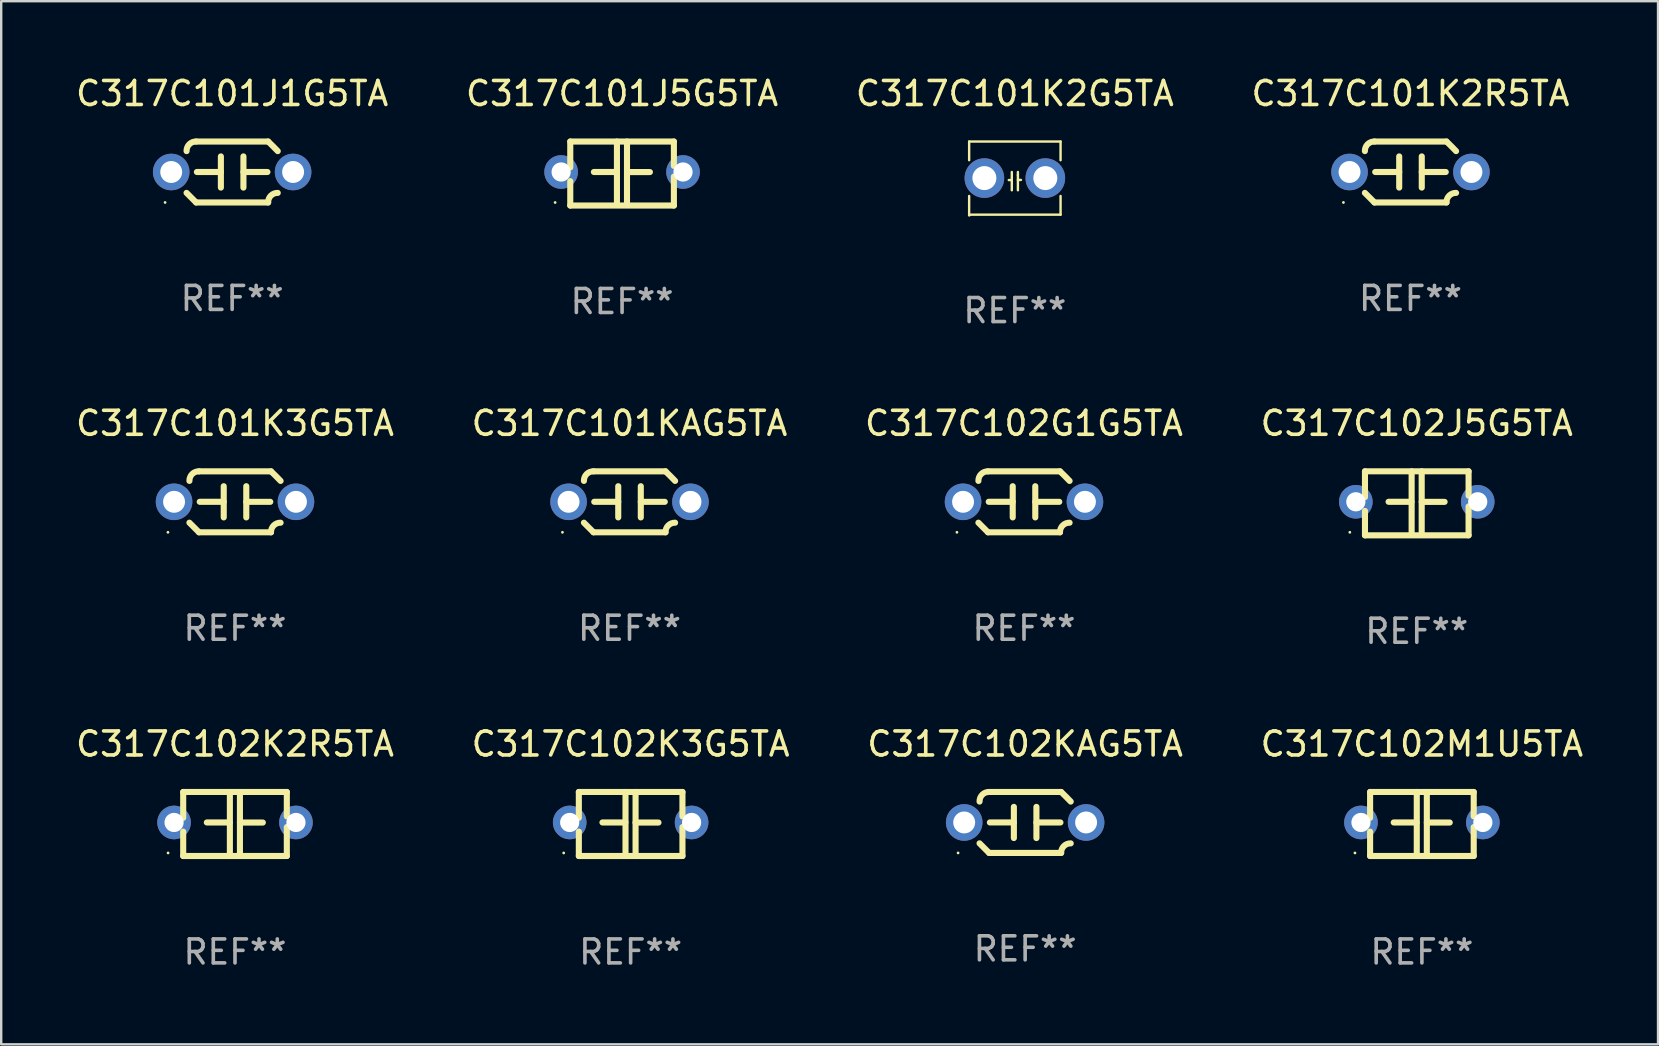
<source format=kicad_pcb>
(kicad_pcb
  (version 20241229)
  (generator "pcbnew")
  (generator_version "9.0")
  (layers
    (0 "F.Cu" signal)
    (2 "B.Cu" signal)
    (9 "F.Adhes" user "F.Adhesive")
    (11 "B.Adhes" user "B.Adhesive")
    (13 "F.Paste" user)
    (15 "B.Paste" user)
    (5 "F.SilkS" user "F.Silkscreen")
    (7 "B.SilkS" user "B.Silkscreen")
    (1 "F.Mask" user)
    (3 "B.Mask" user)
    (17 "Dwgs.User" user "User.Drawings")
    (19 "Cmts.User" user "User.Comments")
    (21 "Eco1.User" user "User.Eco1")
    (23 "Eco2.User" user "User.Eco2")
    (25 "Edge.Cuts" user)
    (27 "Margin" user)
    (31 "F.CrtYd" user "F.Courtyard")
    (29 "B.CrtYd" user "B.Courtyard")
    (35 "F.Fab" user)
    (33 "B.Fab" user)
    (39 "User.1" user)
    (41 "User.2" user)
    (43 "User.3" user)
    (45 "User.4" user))
  (footprint "C317C101J5G5TA"
    (layer "F.Cu")
    (at 22.875 4.182)
    (property "Reference" "C317C101J5G5TA" (at 0 -3.334 0) (layer "F.SilkS") (effects (font (size 1 1) (thickness 0.15))))
    (attr through_hole)
    (fp_line (start -2.159 -1.334) (end 2.159 -1.334) (stroke (width 0.254) (type solid)) (layer "F.SilkS"))
    (fp_line (start -2.159 -0.256) (end -2.159 -1.334) (stroke (width 0.254) (type solid)) (layer "F.SilkS"))
    (fp_line (start -2.159 1.334) (end -2.159 0.318) (stroke (width 0.254) (type solid)) (layer "F.SilkS"))
    (fp_line (start -0.22 -0.064) (end -1.175 -0.064) (stroke (width 0.254) (type solid)) (layer "F.SilkS"))
    (fp_line (start -0.214 -1.334) (end -0.214 1.207) (stroke (width 0.254) (type solid)) (layer "F.SilkS"))
    (fp_line (start 0.205 -1.334) (end 0.205 1.207) (stroke (width 0.254) (type solid)) (layer "F.SilkS"))
    (fp_line (start 0.205 -0.061) (end 1.16 -0.061) (stroke (width 0.254) (type solid)) (layer "F.SilkS"))
    (fp_line (start 2.159 -1.334) (end 2.159 -0.318) (stroke (width 0.254) (type solid)) (layer "F.SilkS"))
    (fp_line (start 2.159 0.129) (end 2.159 1.334) (stroke (width 0.254) (type solid)) (layer "F.SilkS"))
    (fp_line (start 2.159 1.334) (end -2.159 1.334) (stroke (width 0.254) (type solid)) (layer "F.SilkS"))
    (fp_circle (center -2.79 1.207) (end -2.76 1.207) (stroke (width 0.06) (type solid)) (fill no) (layer "F.SilkS"))
    (fp_text user "REF**" (at 0 5.334 0) (layer "F.Fab") (effects (font (size 1 1) (thickness 0.15))))
    (pad "1" thru_hole circle (at -2.54 -0.064) (size 1.4 1.4) (drill 0.8) (layers "*.Cu" "*.Mask"))
    (pad "2" thru_hole circle (at 2.54 -0.064) (size 1.4 1.4) (drill 0.8) (layers "*.Cu" "*.Mask")))
  (footprint "C317C102G1G5TA"
    (layer "F.Cu")
    (at 39.625 17.863)
    (property "Reference" "C317C102G1G5TA" (at 0 -3.27 0) (layer "F.SilkS") (effects (font (size 1 1) (thickness 0.15))))
    (attr through_hole)
    (fp_line (start -1.5 -1.27) (end 1.5 -1.27) (stroke (width 0.254) (type solid)) (layer "F.SilkS"))
    (fp_line (start -0.47 -0.65) (end -0.47 0.65) (stroke (width 0.254) (type solid)) (layer "F.SilkS"))
    (fp_line (start -0.47 -0.000381) (end -1.47 -0.000381) (stroke (width 0.254) (type solid)) (layer "F.SilkS"))
    (fp_line (start 0.47 0.000356) (end 1.47 0.000356) (stroke (width 0.254) (type solid)) (layer "F.SilkS"))
    (fp_line (start 0.47 0.65) (end 0.47 -0.65) (stroke (width 0.254) (type solid)) (layer "F.SilkS"))
    (fp_line (start 1.5 1.27) (end -1.5 1.27) (stroke (width 0.254) (type solid)) (layer "F.SilkS"))
    (fp_arc (start -1.899924 -0.871221) (mid -1.78599 -1.156887) (end -1.5 -1.270003) (stroke (width 0.254001) (type solid)) (layer "F.SilkS"))
    (fp_arc (start -1.501217 1.269929) (mid -1.700682 1.070039) (end -1.9 0.870003) (stroke (width 0.254001) (type solid)) (layer "F.SilkS"))
    (fp_arc (start 1.5 1.270003) (mid 1.614112 0.984517) (end 1.899923 0.871222) (stroke (width 0.254001) (type solid)) (layer "F.SilkS"))
    (fp_arc (start 1.501219 -1.269927) (mid 1.70319 -1.072538) (end 1.9 -0.870003) (stroke (width 0.254001) (type solid)) (layer "F.SilkS"))
    (fp_circle (center -2.795 1.27) (end -2.765 1.27) (stroke (width 0.06) (type solid)) (fill no) (layer "F.SilkS"))
    (fp_text user "REF**" (at 0 5.27 0) (layer "F.Fab") (effects (font (size 1 1) (thickness 0.15))))
    (pad "1" thru_hole circle (at -2.54 0) (size 1.524 1.524) (drill 0.914) (layers "*.Cu" "*.Mask"))
    (pad "2" thru_hole circle (at 2.54 0) (size 1.524 1.524) (drill 0.914) (layers "*.Cu" "*.Mask")))
  (footprint "C317C102J5G5TA"
    (layer "F.Cu")
    (at 55.994 17.926)
    (property "Reference" "C317C102J5G5TA" (at 0 -3.334 0) (layer "F.SilkS") (effects (font (size 1 1) (thickness 0.15))))
    (attr through_hole)
    (fp_line (start -2.159 -1.334) (end 2.159 -1.334) (stroke (width 0.254) (type solid)) (layer "F.SilkS"))
    (fp_line (start -2.159 -0.256) (end -2.159 -1.334) (stroke (width 0.254) (type solid)) (layer "F.SilkS"))
    (fp_line (start -2.159 1.334) (end -2.159 0.318) (stroke (width 0.254) (type solid)) (layer "F.SilkS"))
    (fp_line (start -0.22 -0.064) (end -1.175 -0.064) (stroke (width 0.254) (type solid)) (layer "F.SilkS"))
    (fp_line (start -0.214 -1.334) (end -0.214 1.207) (stroke (width 0.254) (type solid)) (layer "F.SilkS"))
    (fp_line (start 0.205 -1.334) (end 0.205 1.207) (stroke (width 0.254) (type solid)) (layer "F.SilkS"))
    (fp_line (start 0.205 -0.061) (end 1.16 -0.061) (stroke (width 0.254) (type solid)) (layer "F.SilkS"))
    (fp_line (start 2.159 -1.334) (end 2.159 -0.318) (stroke (width 0.254) (type solid)) (layer "F.SilkS"))
    (fp_line (start 2.159 0.129) (end 2.159 1.334) (stroke (width 0.254) (type solid)) (layer "F.SilkS"))
    (fp_line (start 2.159 1.334) (end -2.159 1.334) (stroke (width 0.254) (type solid)) (layer "F.SilkS"))
    (fp_circle (center -2.79 1.207) (end -2.76 1.207) (stroke (width 0.06) (type solid)) (fill no) (layer "F.SilkS"))
    (fp_text user "REF**" (at 0 5.334 0) (layer "F.Fab") (effects (font (size 1 1) (thickness 0.15))))
    (pad "1" thru_hole circle (at -2.54 -0.064) (size 1.4 1.4) (drill 0.8) (layers "*.Cu" "*.Mask"))
    (pad "2" thru_hole circle (at 2.54 -0.064) (size 1.4 1.4) (drill 0.8) (layers "*.Cu" "*.Mask")))
  (footprint "C317C101K3G5TA"
    (layer "F.Cu")
    (at 6.744 17.863)
    (property "Reference" "C317C101K3G5TA" (at 0 -3.27 0) (layer "F.SilkS") (effects (font (size 1 1) (thickness 0.15))))
    (attr through_hole)
    (fp_line (start -1.5 -1.27) (end 1.5 -1.27) (stroke (width 0.254) (type solid)) (layer "F.SilkS"))
    (fp_line (start -0.47 -0.65) (end -0.47 0.65) (stroke (width 0.254) (type solid)) (layer "F.SilkS"))
    (fp_line (start -0.47 -0.000381) (end -1.47 -0.000381) (stroke (width 0.254) (type solid)) (layer "F.SilkS"))
    (fp_line (start 0.47 0.000356) (end 1.47 0.000356) (stroke (width 0.254) (type solid)) (layer "F.SilkS"))
    (fp_line (start 0.47 0.65) (end 0.47 -0.65) (stroke (width 0.254) (type solid)) (layer "F.SilkS"))
    (fp_line (start 1.5 1.27) (end -1.5 1.27) (stroke (width 0.254) (type solid)) (layer "F.SilkS"))
    (fp_arc (start -1.899924 -0.871221) (mid -1.78599 -1.156887) (end -1.5 -1.270003) (stroke (width 0.254001) (type solid)) (layer "F.SilkS"))
    (fp_arc (start -1.501217 1.269929) (mid -1.700682 1.070039) (end -1.9 0.870003) (stroke (width 0.254001) (type solid)) (layer "F.SilkS"))
    (fp_arc (start 1.5 1.270003) (mid 1.614112 0.984517) (end 1.899923 0.871222) (stroke (width 0.254001) (type solid)) (layer "F.SilkS"))
    (fp_arc (start 1.501219 -1.269927) (mid 1.70319 -1.072538) (end 1.9 -0.870003) (stroke (width 0.254001) (type solid)) (layer "F.SilkS"))
    (fp_circle (center -2.795 1.27) (end -2.765 1.27) (stroke (width 0.06) (type solid)) (fill no) (layer "F.SilkS"))
    (fp_text user "REF**" (at 0 5.27 0) (layer "F.Fab") (effects (font (size 1 1) (thickness 0.15))))
    (pad "1" thru_hole circle (at -2.54 0) (size 1.524 1.524) (drill 0.914) (layers "*.Cu" "*.Mask"))
    (pad "2" thru_hole circle (at 2.54 0) (size 1.524 1.524) (drill 0.914) (layers "*.Cu" "*.Mask")))
  (footprint "C317C102K3G5TA"
    (layer "F.Cu")
    (at 23.232 31.29)
    (property "Reference" "C317C102K3G5TA" (at 0 -3.334 0) (layer "F.SilkS") (effects (font (size 1 1) (thickness 0.15))))
    (attr through_hole)
    (fp_line (start -2.159 -1.334) (end 2.159 -1.334) (stroke (width 0.254) (type solid)) (layer "F.SilkS"))
    (fp_line (start -2.159 -0.256) (end -2.159 -1.334) (stroke (width 0.254) (type solid)) (layer "F.SilkS"))
    (fp_line (start -2.159 1.334) (end -2.159 0.318) (stroke (width 0.254) (type solid)) (layer "F.SilkS"))
    (fp_line (start -0.22 -0.064) (end -1.175 -0.064) (stroke (width 0.254) (type solid)) (layer "F.SilkS"))
    (fp_line (start -0.214 -1.334) (end -0.214 1.207) (stroke (width 0.254) (type solid)) (layer "F.SilkS"))
    (fp_line (start 0.205 -1.334) (end 0.205 1.207) (stroke (width 0.254) (type solid)) (layer "F.SilkS"))
    (fp_line (start 0.205 -0.061) (end 1.16 -0.061) (stroke (width 0.254) (type solid)) (layer "F.SilkS"))
    (fp_line (start 2.159 -1.334) (end 2.159 -0.318) (stroke (width 0.254) (type solid)) (layer "F.SilkS"))
    (fp_line (start 2.159 0.129) (end 2.159 1.334) (stroke (width 0.254) (type solid)) (layer "F.SilkS"))
    (fp_line (start 2.159 1.334) (end -2.159 1.334) (stroke (width 0.254) (type solid)) (layer "F.SilkS"))
    (fp_circle (center -2.79 1.207) (end -2.76 1.207) (stroke (width 0.06) (type solid)) (fill no) (layer "F.SilkS"))
    (fp_text user "REF**" (at 0 5.334 0) (layer "F.Fab") (effects (font (size 1 1) (thickness 0.15))))
    (pad "1" thru_hole circle (at -2.54 -0.064) (size 1.4 1.4) (drill 0.8) (layers "*.Cu" "*.Mask"))
    (pad "2" thru_hole circle (at 2.54 -0.064) (size 1.4 1.4) (drill 0.8) (layers "*.Cu" "*.Mask")))
  (footprint "C317C102KAG5TA"
    (layer "F.Cu")
    (at 39.673 31.226)
    (property "Reference" "C317C102KAG5TA" (at 0 -3.27 0) (layer "F.SilkS") (effects (font (size 1 1) (thickness 0.15))))
    (attr through_hole)
    (fp_line (start -1.5 -1.27) (end 1.5 -1.27) (stroke (width 0.254) (type solid)) (layer "F.SilkS"))
    (fp_line (start -0.47 -0.65) (end -0.47 0.65) (stroke (width 0.254) (type solid)) (layer "F.SilkS"))
    (fp_line (start -0.47 -0.000381) (end -1.47 -0.000381) (stroke (width 0.254) (type solid)) (layer "F.SilkS"))
    (fp_line (start 0.47 0.000356) (end 1.47 0.000356) (stroke (width 0.254) (type solid)) (layer "F.SilkS"))
    (fp_line (start 0.47 0.65) (end 0.47 -0.65) (stroke (width 0.254) (type solid)) (layer "F.SilkS"))
    (fp_line (start 1.5 1.27) (end -1.5 1.27) (stroke (width 0.254) (type solid)) (layer "F.SilkS"))
    (fp_arc (start -1.899924 -0.871221) (mid -1.78599 -1.156887) (end -1.5 -1.270003) (stroke (width 0.254001) (type solid)) (layer "F.SilkS"))
    (fp_arc (start -1.501217 1.269929) (mid -1.700682 1.070039) (end -1.9 0.870003) (stroke (width 0.254001) (type solid)) (layer "F.SilkS"))
    (fp_arc (start 1.5 1.270003) (mid 1.614112 0.984517) (end 1.899923 0.871222) (stroke (width 0.254001) (type solid)) (layer "F.SilkS"))
    (fp_arc (start 1.501219 -1.269927) (mid 1.70319 -1.072538) (end 1.9 -0.870003) (stroke (width 0.254001) (type solid)) (layer "F.SilkS"))
    (fp_circle (center -2.795 1.27) (end -2.765 1.27) (stroke (width 0.06) (type solid)) (fill no) (layer "F.SilkS"))
    (fp_text user "REF**" (at 0 5.27 0) (layer "F.Fab") (effects (font (size 1 1) (thickness 0.15))))
    (pad "1" thru_hole circle (at -2.54 0) (size 1.524 1.524) (drill 0.914) (layers "*.Cu" "*.Mask"))
    (pad "2" thru_hole circle (at 2.54 0) (size 1.524 1.524) (drill 0.914) (layers "*.Cu" "*.Mask")))
  (footprint "C317C102K2R5TA"
    (layer "F.Cu")
    (at 6.744 31.29)
    (property "Reference" "C317C102K2R5TA" (at 0 -3.334 0) (layer "F.SilkS") (effects (font (size 1 1) (thickness 0.15))))
    (attr through_hole)
    (fp_line (start -2.159 -1.334) (end 2.159 -1.334) (stroke (width 0.254) (type solid)) (layer "F.SilkS"))
    (fp_line (start -2.159 -0.256) (end -2.159 -1.334) (stroke (width 0.254) (type solid)) (layer "F.SilkS"))
    (fp_line (start -2.159 1.334) (end -2.159 0.318) (stroke (width 0.254) (type solid)) (layer "F.SilkS"))
    (fp_line (start -0.22 -0.064) (end -1.175 -0.064) (stroke (width 0.254) (type solid)) (layer "F.SilkS"))
    (fp_line (start -0.214 -1.334) (end -0.214 1.207) (stroke (width 0.254) (type solid)) (layer "F.SilkS"))
    (fp_line (start 0.205 -1.334) (end 0.205 1.207) (stroke (width 0.254) (type solid)) (layer "F.SilkS"))
    (fp_line (start 0.205 -0.061) (end 1.16 -0.061) (stroke (width 0.254) (type solid)) (layer "F.SilkS"))
    (fp_line (start 2.159 -1.334) (end 2.159 -0.318) (stroke (width 0.254) (type solid)) (layer "F.SilkS"))
    (fp_line (start 2.159 0.129) (end 2.159 1.334) (stroke (width 0.254) (type solid)) (layer "F.SilkS"))
    (fp_line (start 2.159 1.334) (end -2.159 1.334) (stroke (width 0.254) (type solid)) (layer "F.SilkS"))
    (fp_circle (center -2.79 1.207) (end -2.76 1.207) (stroke (width 0.06) (type solid)) (fill no) (layer "F.SilkS"))
    (fp_text user "REF**" (at 0 5.334 0) (layer "F.Fab") (effects (font (size 1 1) (thickness 0.15))))
    (pad "1" thru_hole circle (at -2.54 -0.064) (size 1.4 1.4) (drill 0.8) (layers "*.Cu" "*.Mask"))
    (pad "2" thru_hole circle (at 2.54 -0.064) (size 1.4 1.4) (drill 0.8) (layers "*.Cu" "*.Mask")))
  (footprint "C317C101K2R5TA"
    (layer "F.Cu")
    (at 55.732 4.118)
    (property "Reference" "C317C101K2R5TA" (at 0 -3.27 0) (layer "F.SilkS") (effects (font (size 1 1) (thickness 0.15))))
    (attr through_hole)
    (fp_line (start -1.5 -1.27) (end 1.5 -1.27) (stroke (width 0.254) (type solid)) (layer "F.SilkS"))
    (fp_line (start -0.47 -0.65) (end -0.47 0.65) (stroke (width 0.254) (type solid)) (layer "F.SilkS"))
    (fp_line (start -0.47 -0.000381) (end -1.47 -0.000381) (stroke (width 0.254) (type solid)) (layer "F.SilkS"))
    (fp_line (start 0.47 0.000356) (end 1.47 0.000356) (stroke (width 0.254) (type solid)) (layer "F.SilkS"))
    (fp_line (start 0.47 0.65) (end 0.47 -0.65) (stroke (width 0.254) (type solid)) (layer "F.SilkS"))
    (fp_line (start 1.5 1.27) (end -1.5 1.27) (stroke (width 0.254) (type solid)) (layer "F.SilkS"))
    (fp_arc (start -1.899924 -0.871221) (mid -1.78599 -1.156887) (end -1.5 -1.270003) (stroke (width 0.254001) (type solid)) (layer "F.SilkS"))
    (fp_arc (start -1.501217 1.269929) (mid -1.700682 1.070039) (end -1.9 0.870003) (stroke (width 0.254001) (type solid)) (layer "F.SilkS"))
    (fp_arc (start 1.5 1.270003) (mid 1.614112 0.984517) (end 1.899923 0.871222) (stroke (width 0.254001) (type solid)) (layer "F.SilkS"))
    (fp_arc (start 1.501219 -1.269927) (mid 1.70319 -1.072538) (end 1.9 -0.870003) (stroke (width 0.254001) (type solid)) (layer "F.SilkS"))
    (fp_circle (center -2.795 1.27) (end -2.765 1.27) (stroke (width 0.06) (type solid)) (fill no) (layer "F.SilkS"))
    (fp_text user "REF**" (at 0 5.27 0) (layer "F.Fab") (effects (font (size 1 1) (thickness 0.15))))
    (pad "1" thru_hole circle (at -2.54 0) (size 1.524 1.524) (drill 0.914) (layers "*.Cu" "*.Mask"))
    (pad "2" thru_hole circle (at 2.54 0) (size 1.524 1.524) (drill 0.914) (layers "*.Cu" "*.Mask")))
  (footprint "C317C101K2G5TA"
    (layer "F.Cu")
    (at 39.244 4.372)
    (property "Reference" "C317C101K2G5TA" (at 0 -3.524 0) (layer "F.SilkS") (effects (font (size 1 1) (thickness 0.15))))
    (attr through_hole)
    (fp_line (start -1.905 -1.524) (end -1.905 -0.745) (stroke (width 0.1) (type solid)) (layer "F.SilkS"))
    (fp_line (start -1.905 0.745) (end -1.905 1.524) (stroke (width 0.1) (type solid)) (layer "F.SilkS"))
    (fp_line (start -1.905 1.524) (end 1.905 1.524) (stroke (width 0.1) (type solid)) (layer "F.SilkS"))
    (fp_line (start -0.127 -0.254) (end -0.127 0.508) (stroke (width 0.1) (type solid)) (layer "F.SilkS"))
    (fp_line (start -0.127 0.082) (end -0.254 0.082) (stroke (width 0.1) (type solid)) (layer "F.SilkS"))
    (fp_line (start 0.127 -0.127) (end 0.127 -0.254) (stroke (width 0.1) (type solid)) (layer "F.SilkS"))
    (fp_line (start 0.127 -0.127) (end 0.127 0.508) (stroke (width 0.1) (type solid)) (layer "F.SilkS"))
    (fp_line (start 0.127 0.077) (end 0.254 0.077) (stroke (width 0.1) (type solid)) (layer "F.SilkS"))
    (fp_line (start 1.905 -1.524) (end -1.905 -1.524) (stroke (width 0.1) (type solid)) (layer "F.SilkS"))
    (fp_line (start 1.905 -0.745) (end 1.905 -1.524) (stroke (width 0.1) (type solid)) (layer "F.SilkS"))
    (fp_line (start 1.905 1.524) (end 1.905 0.745) (stroke (width 0.1) (type solid)) (layer "F.SilkS"))
    (fp_circle (center -1.9 1.55) (end -1.87 1.55) (stroke (width 0.06) (type solid)) (fill no) (layer "F.SilkS"))
    (fp_text user "REF**" (at 0 5.524 0) (layer "F.Fab") (effects (font (size 1 1) (thickness 0.15))))
    (pad "1" thru_hole circle (at -1.27 0) (size 1.65 1.65) (drill 1) (layers "*.Cu" "*.Mask"))
    (pad "2" thru_hole circle (at 1.27 0) (size 1.65 1.65) (drill 1) (layers "*.Cu" "*.Mask")))
  (footprint "C317C101J1G5TA"
    (layer "F.Cu")
    (at 6.625 4.118)
    (property "Reference" "C317C101J1G5TA" (at 0 -3.27 0) (layer "F.SilkS") (effects (font (size 1 1) (thickness 0.15))))
    (attr through_hole)
    (fp_line (start -1.5 -1.27) (end 1.5 -1.27) (stroke (width 0.254) (type solid)) (layer "F.SilkS"))
    (fp_line (start -0.47 -0.65) (end -0.47 0.65) (stroke (width 0.254) (type solid)) (layer "F.SilkS"))
    (fp_line (start -0.47 -0.000381) (end -1.47 -0.000381) (stroke (width 0.254) (type solid)) (layer "F.SilkS"))
    (fp_line (start 0.47 0.000356) (end 1.47 0.000356) (stroke (width 0.254) (type solid)) (layer "F.SilkS"))
    (fp_line (start 0.47 0.65) (end 0.47 -0.65) (stroke (width 0.254) (type solid)) (layer "F.SilkS"))
    (fp_line (start 1.5 1.27) (end -1.5 1.27) (stroke (width 0.254) (type solid)) (layer "F.SilkS"))
    (fp_arc (start -1.899924 -0.871221) (mid -1.78599 -1.156887) (end -1.5 -1.270003) (stroke (width 0.254001) (type solid)) (layer "F.SilkS"))
    (fp_arc (start -1.501217 1.269929) (mid -1.700682 1.070039) (end -1.9 0.870003) (stroke (width 0.254001) (type solid)) (layer "F.SilkS"))
    (fp_arc (start 1.5 1.270003) (mid 1.614112 0.984517) (end 1.899923 0.871222) (stroke (width 0.254001) (type solid)) (layer "F.SilkS"))
    (fp_arc (start 1.501219 -1.269927) (mid 1.70319 -1.072538) (end 1.9 -0.870003) (stroke (width 0.254001) (type solid)) (layer "F.SilkS"))
    (fp_circle (center -2.795 1.27) (end -2.765 1.27) (stroke (width 0.06) (type solid)) (fill no) (layer "F.SilkS"))
    (fp_text user "REF**" (at 0 5.27 0) (layer "F.Fab") (effects (font (size 1 1) (thickness 0.15))))
    (pad "1" thru_hole circle (at -2.54 0) (size 1.524 1.524) (drill 0.914) (layers "*.Cu" "*.Mask"))
    (pad "2" thru_hole circle (at 2.54 0) (size 1.524 1.524) (drill 0.914) (layers "*.Cu" "*.Mask")))
  (footprint "C317C101KAG5TA"
    (layer "F.Cu")
    (at 23.185 17.863)
    (property "Reference" "C317C101KAG5TA" (at 0 -3.27 0) (layer "F.SilkS") (effects (font (size 1 1) (thickness 0.15))))
    (attr through_hole)
    (fp_line (start -1.5 -1.27) (end 1.5 -1.27) (stroke (width 0.254) (type solid)) (layer "F.SilkS"))
    (fp_line (start -0.47 -0.65) (end -0.47 0.65) (stroke (width 0.254) (type solid)) (layer "F.SilkS"))
    (fp_line (start -0.47 -0.000381) (end -1.47 -0.000381) (stroke (width 0.254) (type solid)) (layer "F.SilkS"))
    (fp_line (start 0.47 0.000356) (end 1.47 0.000356) (stroke (width 0.254) (type solid)) (layer "F.SilkS"))
    (fp_line (start 0.47 0.65) (end 0.47 -0.65) (stroke (width 0.254) (type solid)) (layer "F.SilkS"))
    (fp_line (start 1.5 1.27) (end -1.5 1.27) (stroke (width 0.254) (type solid)) (layer "F.SilkS"))
    (fp_arc (start -1.899924 -0.871221) (mid -1.78599 -1.156887) (end -1.5 -1.270003) (stroke (width 0.254001) (type solid)) (layer "F.SilkS"))
    (fp_arc (start -1.501217 1.269929) (mid -1.700682 1.070039) (end -1.9 0.870003) (stroke (width 0.254001) (type solid)) (layer "F.SilkS"))
    (fp_arc (start 1.5 1.270003) (mid 1.614112 0.984517) (end 1.899923 0.871222) (stroke (width 0.254001) (type solid)) (layer "F.SilkS"))
    (fp_arc (start 1.501219 -1.269927) (mid 1.70319 -1.072538) (end 1.9 -0.870003) (stroke (width 0.254001) (type solid)) (layer "F.SilkS"))
    (fp_circle (center -2.795 1.27) (end -2.765 1.27) (stroke (width 0.06) (type solid)) (fill no) (layer "F.SilkS"))
    (fp_text user "REF**" (at 0 5.27 0) (layer "F.Fab") (effects (font (size 1 1) (thickness 0.15))))
    (pad "1" thru_hole circle (at -2.54 0) (size 1.524 1.524) (drill 0.914) (layers "*.Cu" "*.Mask"))
    (pad "2" thru_hole circle (at 2.54 0) (size 1.524 1.524) (drill 0.914) (layers "*.Cu" "*.Mask")))
  (footprint "C317C102M1U5TA"
    (layer "F.Cu")
    (at 56.208 31.29)
    (property "Reference" "C317C102M1U5TA" (at 0 -3.334 0) (layer "F.SilkS") (effects (font (size 1 1) (thickness 0.15))))
    (attr through_hole)
    (fp_line (start -2.159 -1.334) (end 2.159 -1.334) (stroke (width 0.254) (type solid)) (layer "F.SilkS"))
    (fp_line (start -2.159 -0.256) (end -2.159 -1.334) (stroke (width 0.254) (type solid)) (layer "F.SilkS"))
    (fp_line (start -2.159 1.334) (end -2.159 0.318) (stroke (width 0.254) (type solid)) (layer "F.SilkS"))
    (fp_line (start -0.22 -0.064) (end -1.175 -0.064) (stroke (width 0.254) (type solid)) (layer "F.SilkS"))
    (fp_line (start -0.214 -1.334) (end -0.214 1.207) (stroke (width 0.254) (type solid)) (layer "F.SilkS"))
    (fp_line (start 0.205 -1.334) (end 0.205 1.207) (stroke (width 0.254) (type solid)) (layer "F.SilkS"))
    (fp_line (start 0.205 -0.061) (end 1.16 -0.061) (stroke (width 0.254) (type solid)) (layer "F.SilkS"))
    (fp_line (start 2.159 -1.334) (end 2.159 -0.318) (stroke (width 0.254) (type solid)) (layer "F.SilkS"))
    (fp_line (start 2.159 0.129) (end 2.159 1.334) (stroke (width 0.254) (type solid)) (layer "F.SilkS"))
    (fp_line (start 2.159 1.334) (end -2.159 1.334) (stroke (width 0.254) (type solid)) (layer "F.SilkS"))
    (fp_circle (center -2.79 1.207) (end -2.76 1.207) (stroke (width 0.06) (type solid)) (fill no) (layer "F.SilkS"))
    (fp_text user "REF**" (at 0 5.334 0) (layer "F.Fab") (effects (font (size 1 1) (thickness 0.15))))
    (pad "1" thru_hole circle (at -2.54 -0.064) (size 1.4 1.4) (drill 0.8) (layers "*.Cu" "*.Mask"))
    (pad "2" thru_hole circle (at 2.54 -0.064) (size 1.4 1.4) (drill 0.8) (layers "*.Cu" "*.Mask")))
  (gr_rect
    (start -3 -3)
    (end 66.048 40.472)
    (stroke (width 0.1) (type default))
    (fill no)
    (layer "Edge.Cuts")))
</source>
